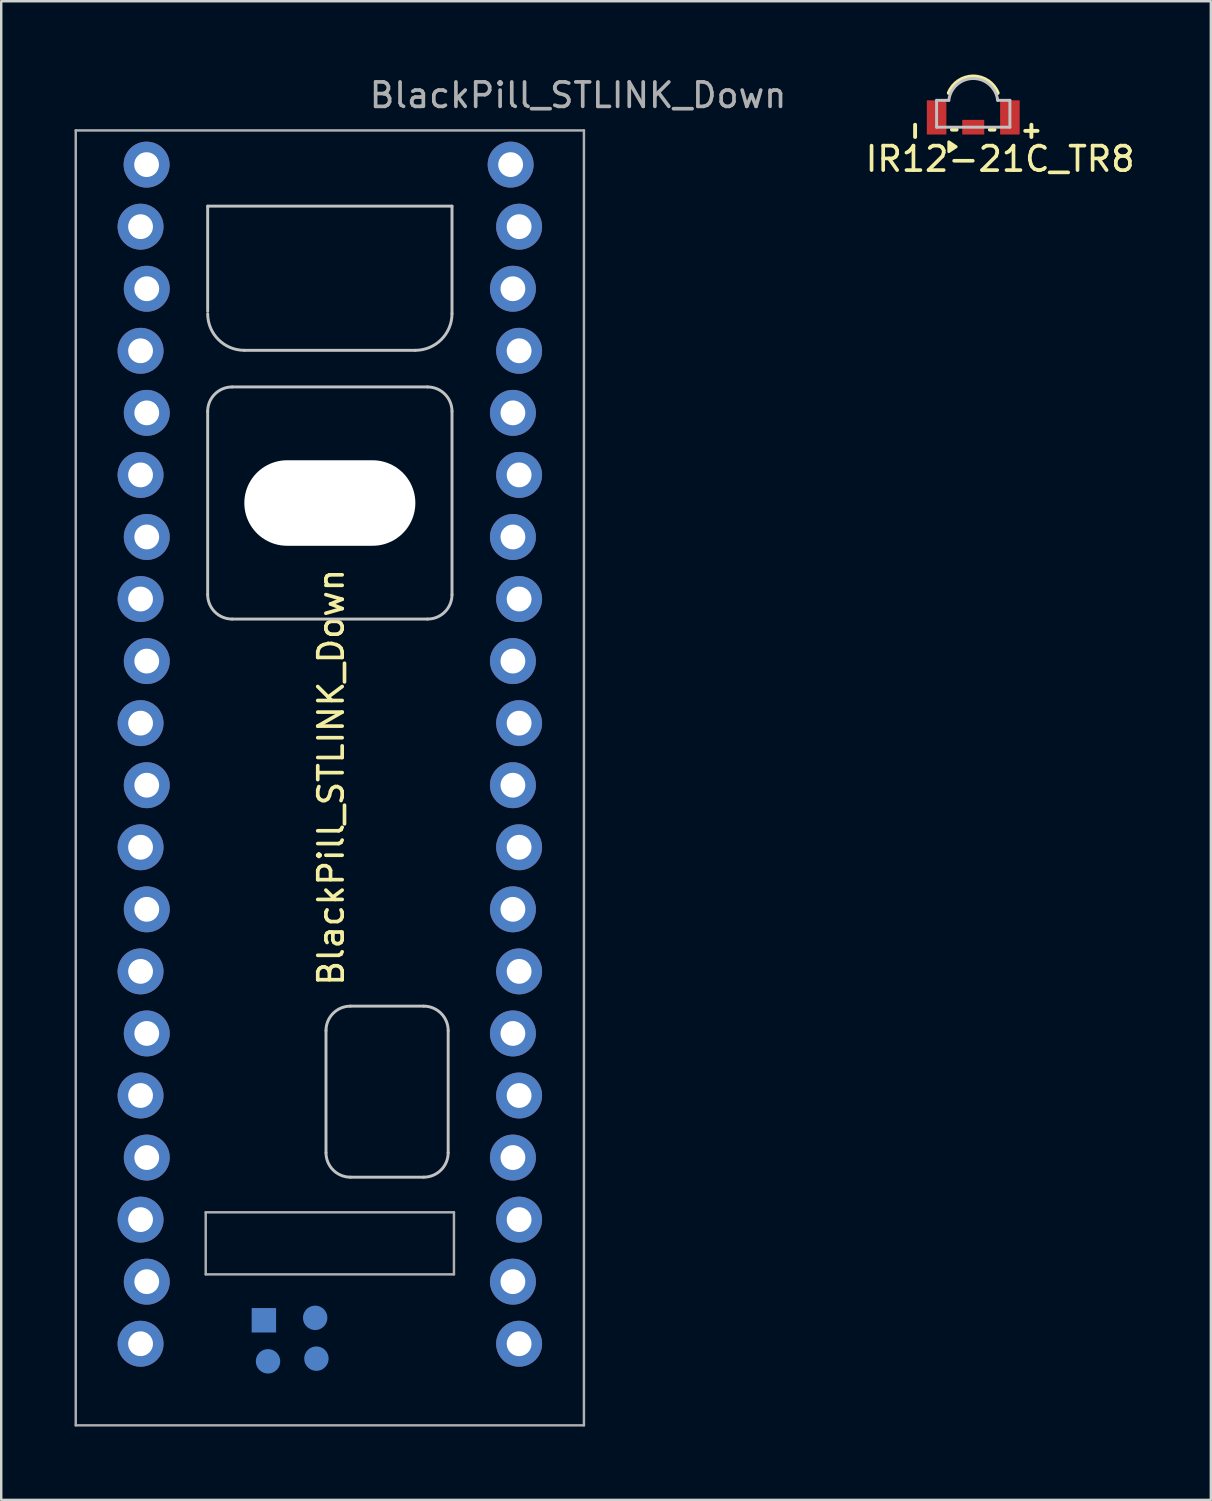
<source format=kicad_pcb>
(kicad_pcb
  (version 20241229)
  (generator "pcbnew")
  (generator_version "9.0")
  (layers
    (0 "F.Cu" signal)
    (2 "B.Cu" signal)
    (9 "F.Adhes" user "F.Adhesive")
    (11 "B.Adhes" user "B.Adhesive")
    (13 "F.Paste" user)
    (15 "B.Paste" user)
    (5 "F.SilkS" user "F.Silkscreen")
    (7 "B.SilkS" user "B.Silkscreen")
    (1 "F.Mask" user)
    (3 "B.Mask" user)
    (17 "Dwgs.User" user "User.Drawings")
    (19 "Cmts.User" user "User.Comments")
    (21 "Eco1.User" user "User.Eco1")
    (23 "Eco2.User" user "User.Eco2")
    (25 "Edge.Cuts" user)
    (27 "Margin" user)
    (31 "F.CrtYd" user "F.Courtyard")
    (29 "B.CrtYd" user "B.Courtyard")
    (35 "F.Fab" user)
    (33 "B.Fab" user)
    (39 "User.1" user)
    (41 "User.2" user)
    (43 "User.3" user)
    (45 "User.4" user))
  (footprint "IR12-21C_TR8"
    (layer "F.Cu")
    (at 36.784 1.056)
    (property "Reference" "IR12-21C_TR8" (at 1.1 2.4 0) (unlocked yes) (layer "F.SilkS") (effects (font (size 1 1) (thickness 0.15))))
    (attr smd)
    (fp_line (start -2.38 1) (end -2.38 1.5) (stroke (width 0.16) (type solid)) (layer "F.SilkS"))
    (fp_line (start -0.87 1.2) (end -0.68 1.2) (stroke (width 0.16) (type solid)) (layer "F.SilkS"))
    (fp_line (start 0.68 1.2) (end 0.87 1.2) (stroke (width 0.16) (type solid)) (layer "F.SilkS"))
    (fp_line (start 2.13 1.25) (end 2.63 1.25) (stroke (width 0.16) (type solid)) (layer "F.SilkS"))
    (fp_line (start 2.38 1) (end 2.38 1.5) (stroke (width 0.16) (type solid)) (layer "F.SilkS"))
    (fp_arc (start -1 -0.3) (mid 0 -0.975779) (end 1 -0.3) (stroke (width 0.16) (type solid)) (layer "F.SilkS"))
    (fp_poly (pts (xy -1 1.7) (xy -0.7 1.9) (xy -1 2.1)) (stroke (width 0.12) (type solid)) (fill yes) (layer "F.SilkS"))
    (fp_line (start -1.5 0) (end -1 0) (stroke (width 0.12) (type solid)) (layer "Dwgs.User"))
    (fp_line (start -1.5 1.1) (end -1.5 0) (stroke (width 0.12) (type solid)) (layer "Dwgs.User"))
    (fp_line (start -1.5 1.1) (end 1.5 1.1) (stroke (width 0.12) (type solid)) (layer "Dwgs.User"))
    (fp_line (start 1 0) (end 1.5 0) (stroke (width 0.12) (type solid)) (layer "Dwgs.User"))
    (fp_line (start 1.5 1.1) (end 1.5 0) (stroke (width 0.12) (type solid)) (layer "Dwgs.User"))
    (fp_arc (start -1 0) (mid 0 -0.892683) (end 1 0) (stroke (width 0.12) (type solid)) (layer "Dwgs.User"))
    (pad "" smd rect (at 0 1.1) (size 0.9 0.6) (layers "F.Cu" "F.Mask" "F.Paste"))
    (pad "1" smd rect (at 1.5 0.7) (size 0.8 1.4) (layers "F.Cu" "F.Mask" "F.Paste"))
    (pad "2" smd rect (at -1.5 0.7) (size 0.8 1.4) (layers "F.Cu" "F.Mask" "F.Paste")))
  (footprint "BlackPill_STLINK_Down"
    (layer "F.Cu")
    (at 10.45 28.788)
    (property "Reference" "BlackPill_STLINK_Down" (at 0.05 -0.025 90) (layer "F.SilkS") (effects (font (size 1 1) (thickness 0.15))))
    (attr through_hole)
    (fp_line (start -5 -19.1) (end -5 -23.4) (stroke (width 0.12) (type solid)) (layer "Dwgs.User"))
    (fp_line (start -5 -7.5) (end -5 -15) (stroke (width 0.12) (type solid)) (layer "Dwgs.User"))
    (fp_line (start -4 -16) (end 4 -16) (stroke (width 0.12) (type solid)) (layer "Dwgs.User"))
    (fp_line (start -3.5 -17.5) (end 3.5 -17.5) (stroke (width 0.12) (type solid)) (layer "Dwgs.User"))
    (fp_line (start -0.157 15.343) (end -0.157 10.343) (stroke (width 0.12) (type solid)) (layer "Dwgs.User"))
    (fp_line (start 0.843 9.343) (end 3.843 9.343) (stroke (width 0.12) (type solid)) (layer "Dwgs.User"))
    (fp_line (start 3.843 16.343) (end 0.843 16.343) (stroke (width 0.12) (type solid)) (layer "Dwgs.User"))
    (fp_line (start 4 -6.5) (end -4 -6.5) (stroke (width 0.12) (type solid)) (layer "Dwgs.User"))
    (fp_line (start 4.843 10.343) (end 4.843 15.343) (stroke (width 0.12) (type solid)) (layer "Dwgs.User"))
    (fp_line (start 5 -23.4) (end -5 -23.4) (stroke (width 0.12) (type solid)) (layer "Dwgs.User"))
    (fp_line (start 5 -19) (end 5 -23.4) (stroke (width 0.12) (type solid)) (layer "Dwgs.User"))
    (fp_line (start 5 -15) (end 5 -7.5) (stroke (width 0.12) (type solid)) (layer "Dwgs.User"))
    (fp_arc (start -5 -15) (mid -4.707107 -15.707107) (end -4 -16) (stroke (width 0.12) (type solid)) (layer "Dwgs.User"))
    (fp_arc (start -4 -6.5) (mid -4.707107 -6.792893) (end -5 -7.5) (stroke (width 0.12) (type solid)) (layer "Dwgs.User"))
    (fp_arc (start -3.5 -17.5) (mid -4.56066 -17.93934) (end -5 -19) (stroke (width 0.12) (type solid)) (layer "Dwgs.User"))
    (fp_arc (start -0.157107 10.342893) (mid 0.135786 9.635786) (end 0.842893 9.342893) (stroke (width 0.12) (type solid)) (layer "Dwgs.User"))
    (fp_arc (start 0.842893 16.342893) (mid 0.135786 16.05) (end -0.157107 15.342893) (stroke (width 0.12) (type solid)) (layer "Dwgs.User"))
    (fp_arc (start 3.842893 9.342893) (mid 4.55 9.635786) (end 4.842893 10.342893) (stroke (width 0.12) (type solid)) (layer "Dwgs.User"))
    (fp_arc (start 4 -16) (mid 4.707107 -15.707107) (end 5 -15) (stroke (width 0.12) (type solid)) (layer "Dwgs.User"))
    (fp_arc (start 4.842893 15.342893) (mid 4.55 16.05) (end 3.842893 16.342893) (stroke (width 0.12) (type solid)) (layer "Dwgs.User"))
    (fp_arc (start 5 -19) (mid 4.56066 -17.93934) (end 3.5 -17.5) (stroke (width 0.12) (type solid)) (layer "Dwgs.User"))
    (fp_arc (start 5 -7.5) (mid 4.707107 -6.792893) (end 4 -6.5) (stroke (width 0.12) (type solid)) (layer "Dwgs.User"))
    (fp_line (start -10.4 -26.5) (end -10.4 26.5) (stroke (width 0.1) (type solid)) (layer "F.Fab"))
    (fp_line (start -10.4 26.5) (end 10.4 26.5) (stroke (width 0.1) (type solid)) (layer "F.Fab"))
    (fp_line (start -5.08 17.78) (end 5.08 17.78) (stroke (width 0.1) (type solid)) (layer "F.Fab"))
    (fp_line (start -5.08 20.32) (end -5.08 17.78) (stroke (width 0.1) (type solid)) (layer "F.Fab"))
    (fp_line (start 5.08 17.78) (end 5.08 20.32) (stroke (width 0.1) (type solid)) (layer "F.Fab"))
    (fp_line (start 5.08 20.32) (end -5.08 20.32) (stroke (width 0.1) (type solid)) (layer "F.Fab"))
    (fp_line (start 10.4 -26.5) (end -10.4 -26.5) (stroke (width 0.1) (type solid)) (layer "F.Fab"))
    (fp_line (start 10.4 26.5) (end 10.4 -26.5) (stroke (width 0.1) (type solid)) (layer "F.Fab"))
    (fp_text user "${REFERENCE}" (at 10.16 -27.94 180) (layer "F.Fab") (effects (font (size 1 1) (thickness 0.15))))
    (pad "" np_thru_hole oval (at 0 -11.25) (size 7 3.5) (drill oval 7 3.5) (layers "*.Cu" "*.Mask"))
    (pad "1" thru_hole circle (at 7.4 -25.1 90) (size 1.88 1.88) (drill 1.016) (layers "*.Cu" "*.Mask"))
    (pad "2" thru_hole circle (at 7.747 -22.56 90) (size 1.88 1.88) (drill 1.016) (layers "*.Cu" "*.Mask"))
    (pad "3" thru_hole circle (at 7.493 -20.02 90) (size 1.88 1.88) (drill 1.016) (layers "*.Cu" "*.Mask"))
    (pad "4" thru_hole circle (at 7.747 -17.48 90) (size 1.88 1.88) (drill 1.016) (layers "*.Cu" "*.Mask"))
    (pad "5" thru_hole circle (at 7.493 -14.94 90) (size 1.88 1.88) (drill 1.016) (layers "*.Cu" "*.Mask"))
    (pad "6" thru_hole circle (at 7.747 -12.4 90) (size 1.88 1.88) (drill 1.016) (layers "*.Cu" "*.Mask"))
    (pad "7" thru_hole circle (at 7.493 -9.86 90) (size 1.88 1.88) (drill 1.016) (layers "*.Cu" "*.Mask"))
    (pad "8" thru_hole circle (at 7.747 -7.32 90) (size 1.88 1.88) (drill 1.016) (layers "*.Cu" "*.Mask"))
    (pad "9" thru_hole circle (at 7.493 -4.78 90) (size 1.88 1.88) (drill 1.016) (layers "*.Cu" "*.Mask"))
    (pad "10" thru_hole circle (at 7.747 -2.24 90) (size 1.88 1.88) (drill 1.016) (layers "*.Cu" "*.Mask"))
    (pad "11" thru_hole circle (at 7.493 0.3 90) (size 1.88 1.88) (drill 1.016) (layers "*.Cu" "*.Mask"))
    (pad "12" thru_hole circle (at 7.747 2.84 90) (size 1.88 1.88) (drill 1.016) (layers "*.Cu" "*.Mask"))
    (pad "13" thru_hole circle (at 7.493 5.38 90) (size 1.88 1.88) (drill 1.016) (layers "*.Cu" "*.Mask"))
    (pad "14" thru_hole circle (at 7.747 7.92 90) (size 1.88 1.88) (drill 1.016) (layers "*.Cu" "*.Mask"))
    (pad "15" thru_hole circle (at 7.493 10.46 90) (size 1.88 1.88) (drill 1.016) (layers "*.Cu" "*.Mask"))
    (pad "16" thru_hole circle (at 7.747 13 90) (size 1.88 1.88) (drill 1.016) (layers "*.Cu" "*.Mask"))
    (pad "17" thru_hole circle (at 7.493 15.54 90) (size 1.88 1.88) (drill 1.016) (layers "*.Cu" "*.Mask"))
    (pad "18" thru_hole circle (at 7.747 18.08 90) (size 1.88 1.88) (drill 1.016) (layers "*.Cu" "*.Mask"))
    (pad "19" thru_hole circle (at 7.493 20.62 90) (size 1.88 1.88) (drill 1.016) (layers "*.Cu" "*.Mask"))
    (pad "20" thru_hole circle (at 7.747 23.16 90) (size 1.88 1.88) (drill 1.016) (layers "*.Cu" "*.Mask"))
    (pad "21" thru_hole circle (at -7.747 23.16 270) (size 1.88 1.88) (drill 1.016) (layers "*.Cu" "*.Mask"))
    (pad "22" thru_hole circle (at -7.493 20.62 270) (size 1.88 1.88) (drill 1.016) (layers "*.Cu" "*.Mask"))
    (pad "23" thru_hole circle (at -7.747 18.08 270) (size 1.88 1.88) (drill 1.016) (layers "*.Cu" "*.Mask"))
    (pad "24" thru_hole circle (at -7.493 15.54 270) (size 1.88 1.88) (drill 1.016) (layers "*.Cu" "*.Mask"))
    (pad "25" thru_hole circle (at -7.747 13 270) (size 1.88 1.88) (drill 1.016) (layers "*.Cu" "*.Mask"))
    (pad "26" thru_hole circle (at -7.493 10.46 270) (size 1.88 1.88) (drill 1.016) (layers "*.Cu" "*.Mask"))
    (pad "27" thru_hole circle (at -7.747 7.92 270) (size 1.88 1.88) (drill 1.016) (layers "*.Cu" "*.Mask"))
    (pad "28" thru_hole circle (at -7.493 5.38 270) (size 1.88 1.88) (drill 1.016) (layers "*.Cu" "*.Mask"))
    (pad "29" thru_hole circle (at -7.747 2.84 270) (size 1.88 1.88) (drill 1.016) (layers "*.Cu" "*.Mask"))
    (pad "30" thru_hole circle (at -7.493 0.3 270) (size 1.88 1.88) (drill 1.016) (layers "*.Cu" "*.Mask"))
    (pad "31" thru_hole circle (at -7.747 -2.24 270) (size 1.88 1.88) (drill 1.016) (layers "*.Cu" "*.Mask"))
    (pad "32" thru_hole circle (at -7.493 -4.78 270) (size 1.88 1.88) (drill 1.016) (layers "*.Cu" "*.Mask"))
    (pad "33" thru_hole circle (at -7.747 -7.32 270) (size 1.88 1.88) (drill 1.016) (layers "*.Cu" "*.Mask"))
    (pad "34" thru_hole circle (at -7.493 -9.86 270) (size 1.88 1.88) (drill 1.016) (layers "*.Cu" "*.Mask"))
    (pad "35" thru_hole circle (at -7.747 -12.4 270) (size 1.88 1.88) (drill 1.016) (layers "*.Cu" "*.Mask"))
    (pad "36" thru_hole circle (at -7.493 -14.94 270) (size 1.88 1.88) (drill 1.016) (layers "*.Cu" "*.Mask"))
    (pad "37" thru_hole circle (at -7.747 -17.48 270) (size 1.88 1.88) (drill 1.016) (layers "*.Cu" "*.Mask"))
    (pad "38" thru_hole circle (at -7.493 -20.02 270) (size 1.88 1.88) (drill 1.016) (layers "*.Cu" "*.Mask"))
    (pad "39" thru_hole circle (at -7.747 -22.56 270) (size 1.88 1.88) (drill 1.016) (layers "*.Cu" "*.Mask"))
    (pad "40" thru_hole circle (at -7.5 -25.1 270) (size 1.88 1.88) (drill 1.016) (layers "*.Cu" "*.Mask"))
    (pad "41" smd rect (at -2.7 22.2 90) (size 1 1) (layers "B.Cu" "B.Mask" "B.Paste"))
    (pad "42" smd circle (at -2.53 23.88 90) (size 1 1) (layers "B.Cu" "B.Mask" "B.Paste"))
    (pad "43" smd circle (at -0.6 22.1 90) (size 1 1) (layers "B.Cu" "B.Mask" "B.Paste"))
    (pad "44" smd circle (at -0.55 23.77 90) (size 1 1) (layers "B.Cu" "B.Mask" "B.Paste")))
  (gr_rect
    (start -3 -3)
    (end 46.509 58.338)
    (stroke (width 0.1) (type default))
    (fill no)
    (layer "Edge.Cuts")))
</source>
